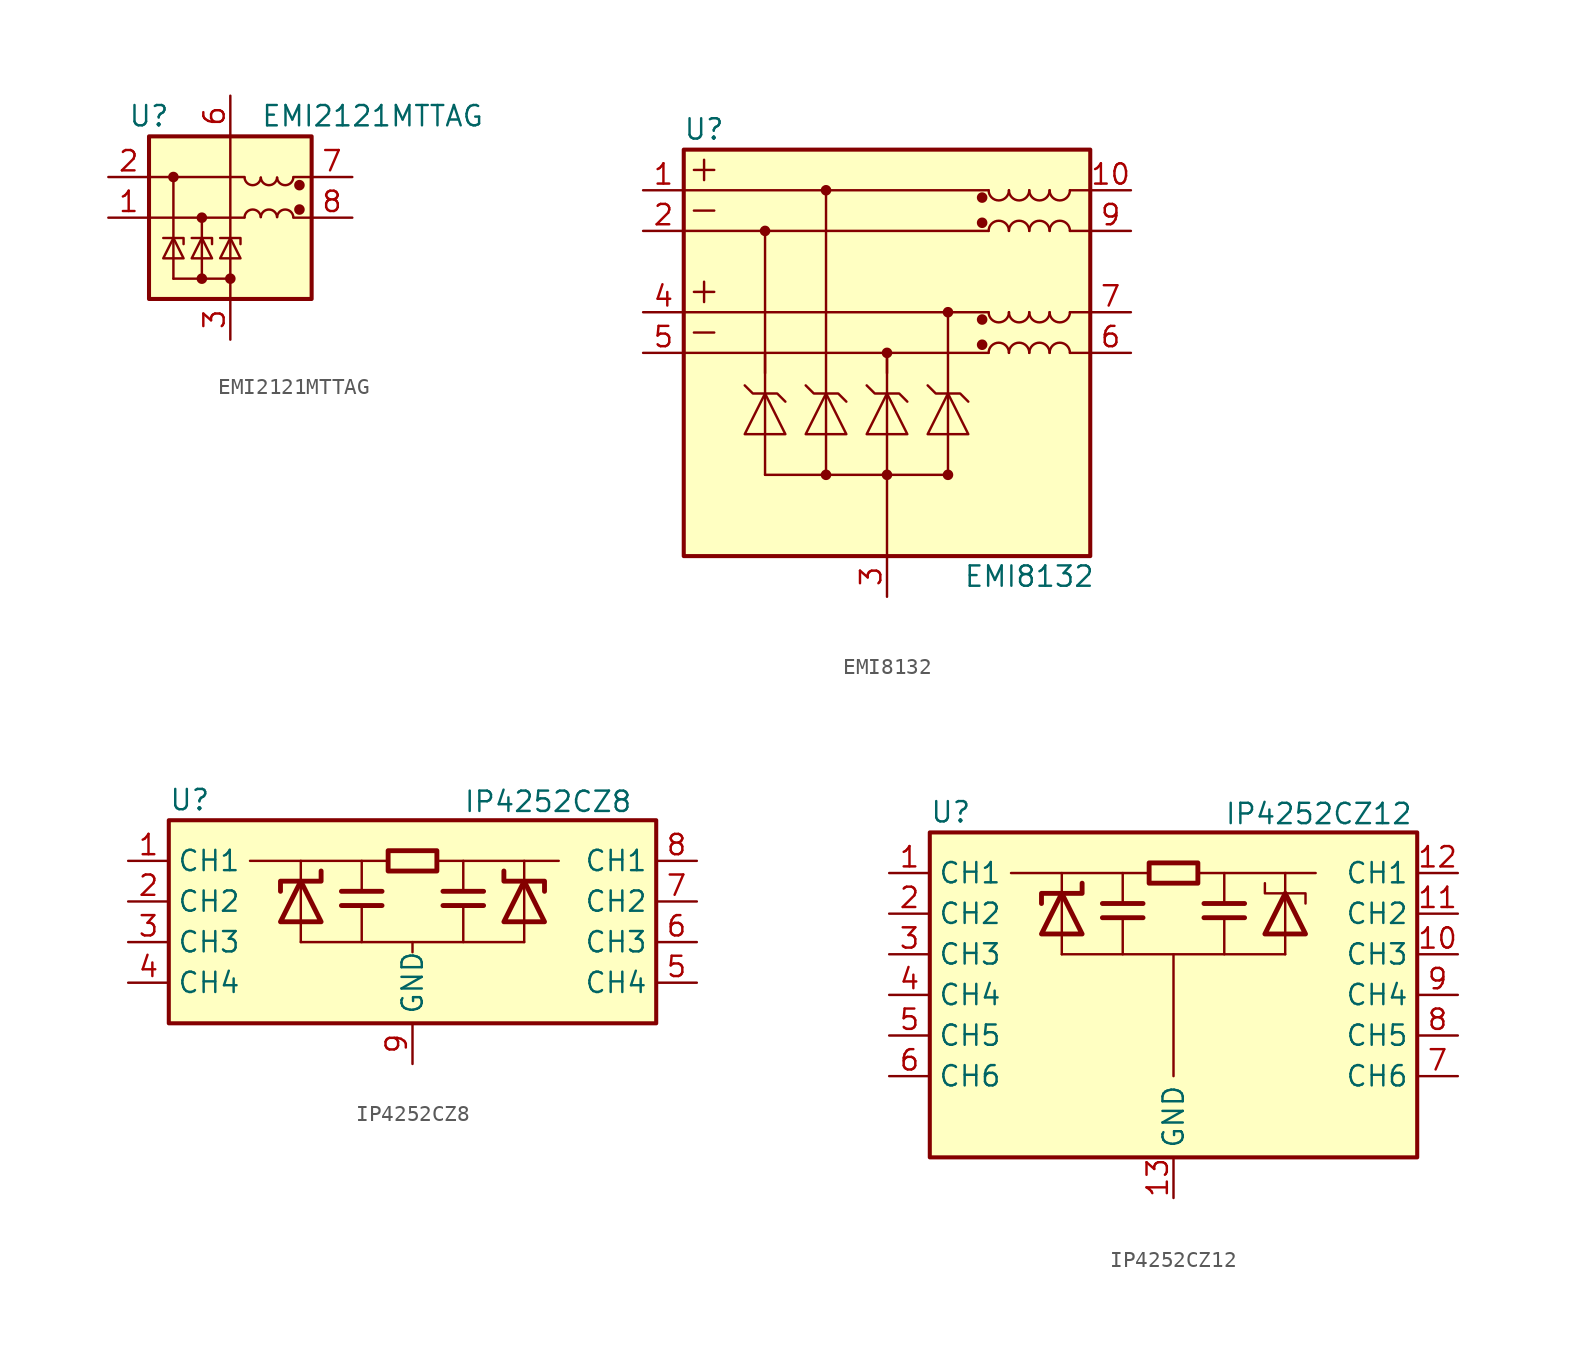
<source format=kicad_sym>
(kicad_symbol_lib
  (version 20241209)
  (generator "kicad_symbol_editor")
  (generator_version "9.0")
  (symbol "EMI2121MTTAG"
    (pin_names
      (offset 0.025)
      (hide yes))
    (property "Reference" "U"
      (at -5.08 6.35 0)
      (effects (font (size 1.27 1.27))))
    (property "Value" "EMI2121MTTAG"
      (at 8.89 6.35 0)
      (effects (font (size 1.27 1.27))))
    (symbol "EMI2121MTTAG_0_1"
      (rectangle (start -5.08 5.08) (end 5.08 -5.08) (stroke (width 0.254) (type default)) (fill (type background)))
      (polyline (pts (xy -5.08 2.54) (xy 0.889 2.54)) (stroke (width 0) (type default)) (fill (type none)))
      (polyline (pts (xy -5.08 0) (xy 0.889 0)) (stroke (width 0) (type default)) (fill (type none)))
      (polyline (pts (xy -3.556 2.54) (xy -3.556 -3.81)) (stroke (width 0) (type default)) (fill (type none)))
      (polyline (pts (xy -1.778 0) (xy -1.778 -3.81)) (stroke (width 0) (type default)) (fill (type none)))
      (polyline (pts (xy 0 5.08) (xy 0 -5.08)) (stroke (width 0) (type default)) (fill (type none)))
      (arc (start 1.905 2.5023) (mid 1.397 2.0306) (end 0.889 2.5023) (stroke (width 0) (type default)) (fill (type none)))
      (arc (start 0.889 0.0377) (mid 1.397 0.5094) (end 1.905 0.0377) (stroke (width 0) (type default)) (fill (type none)))
      (arc (start 2.921 2.5023) (mid 2.413 2.0306) (end 1.905 2.5023) (stroke (width 0) (type default)) (fill (type none)))
      (arc (start 1.905 0.0377) (mid 2.413 0.5094) (end 2.921 0.0377) (stroke (width 0) (type default)) (fill (type none)))
      (arc (start 3.937 2.5023) (mid 3.429 2.0306) (end 2.921 2.5023) (stroke (width 0) (type default)) (fill (type none)))
      (arc (start 2.921 0.0377) (mid 3.429 0.5094) (end 3.937 0.0377) (stroke (width 0) (type default)) (fill (type none)))
      (polyline (pts (xy 5.08 2.54) (xy 3.937 2.54)) (stroke (width 0) (type default)) (fill (type none)))
      (polyline (pts (xy 5.08 0) (xy 3.937 0)) (stroke (width 0) (type default)) (fill (type none))))
    (symbol "EMI2121MTTAG_1_1"
      (polyline (pts (xy -4.191 -2.54) (xy -2.921 -2.54) (xy -3.556 -1.27) (xy -4.191 -2.54)) (stroke (width 0) (type default)) (fill (type none)))
      (circle (center -3.556 2.54) (radius 0.254) (stroke (width 0) (type default)) (fill (type outline)))
      (polyline (pts (xy -2.921 -1.651) (xy -2.921 -1.27) (xy -4.191 -1.27)) (stroke (width 0) (type default)) (fill (type none)))
      (polyline (pts (xy -2.413 -2.54) (xy -1.143 -2.54) (xy -1.778 -1.27) (xy -2.413 -2.54)) (stroke (width 0) (type default)) (fill (type none)))
      (circle (center -1.778 0) (radius 0.254) (stroke (width 0) (type default)) (fill (type outline)))
      (circle (center -1.778 -3.81) (radius 0.254) (stroke (width 0) (type default)) (fill (type outline)))
      (polyline (pts (xy -1.143 -1.651) (xy -1.143 -1.27) (xy -2.413 -1.27)) (stroke (width 0) (type default)) (fill (type none)))
      (polyline (pts (xy -0.635 -2.54) (xy 0.635 -2.54) (xy 0 -1.27) (xy -0.635 -2.54)) (stroke (width 0) (type default)) (fill (type none)))
      (polyline (pts (xy 0 -3.81) (xy -3.556 -3.81)) (stroke (width 0) (type default)) (fill (type none)))
      (circle (center 0 -3.81) (radius 0.254) (stroke (width 0) (type default)) (fill (type outline)))
      (polyline (pts (xy 0.635 -1.651) (xy 0.635 -1.27) (xy -0.635 -1.27)) (stroke (width 0) (type default)) (fill (type none)))
      (circle (center 4.318 2.032) (radius 0.254) (stroke (width 0) (type default)) (fill (type outline)))
      (circle (center 4.318 0.508) (radius 0.254) (stroke (width 0) (type default)) (fill (type outline)))
      (pin passive line (at -7.62 2.54 0) (length 2.54) (name "In_1-" (effects (font (size 1.27 1.27)))) (number "2" (effects (font (size 1.27 1.27)))))
      (pin passive line (at -7.62 0 0) (length 2.54) (name "In_1+" (effects (font (size 1.27 1.27)))) (number "1" (effects (font (size 1.27 1.27)))))
      (pin power_in line (at 0 7.62 270) (length 2.54) (name "VDD" (effects (font (size 1.27 1.27)))) (number "6" (effects (font (size 1.27 1.27)))))
      (pin power_in line (at 0 -7.62 90) (length 2.54) (name "GND" (effects (font (size 1.27 1.27)))) (number "3" (effects (font (size 1.27 1.27)))))
      (pin passive line (at 0 -7.62 90) (length 2.54) (hide yes) (name "GND" (effects (font (size 1.27 1.27)))) (number "4" (effects (font (size 1.27 1.27)))))
      (pin passive line (at 0 -7.62 90) (length 2.54) (hide yes) (name "GND" (effects (font (size 1.27 1.27)))) (number "5" (effects (font (size 1.27 1.27)))))
      (pin passive line (at 0 -7.62 90) (length 2.54) (hide yes) (name "GND" (effects (font (size 1.27 1.27)))) (number "9" (effects (font (size 1.27 1.27)))))
      (pin passive line (at 7.62 2.54 180) (length 2.54) (name "Out_1-" (effects (font (size 1.27 1.27)))) (number "7" (effects (font (size 1.27 1.27)))))
      (pin passive line (at 7.62 0 180) (length 2.54) (name "Out_1+" (effects (font (size 1.27 1.27)))) (number "8" (effects (font (size 1.27 1.27)))))))
  (symbol "EMI8132"
    (pin_names
      (offset 0.025)
      (hide yes))
    (property "Reference" "U"
      (at -11.43 13.97 0)
      (effects (font (size 1.27 1.27))))
    (property "Value" "EMI8132"
      (at 8.89 -13.97 0)
      (effects (font (size 1.27 1.27))))
    (symbol "EMI8132_0_1"
      (rectangle (start -12.7 12.7) (end 12.7 -12.7) (stroke (width 0.254) (type default)) (fill (type background)))
      (polyline (pts (xy -12.7 10.16) (xy 6.35 10.16)) (stroke (width 0) (type default)) (fill (type none)))
      (polyline (pts (xy -12.7 7.62) (xy 6.35 7.62)) (stroke (width 0) (type default)) (fill (type none)))
      (polyline (pts (xy -12.7 2.54) (xy 6.35 2.54)) (stroke (width 0) (type default)) (fill (type none)))
      (polyline (pts (xy -12.7 0) (xy 6.35 0)) (stroke (width 0) (type default)) (fill (type none)))
      (polyline (pts (xy -12.065 11.43) (xy -10.795 11.43)) (stroke (width 0) (type default)) (fill (type none)))
      (polyline (pts (xy -12.065 8.89) (xy -10.795 8.89)) (stroke (width 0) (type default)) (fill (type none)))
      (polyline (pts (xy -12.065 3.81) (xy -10.795 3.81)) (stroke (width 0) (type default)) (fill (type none)))
      (polyline (pts (xy -12.065 1.27) (xy -10.795 1.27)) (stroke (width 0) (type default)) (fill (type none)))
      (polyline (pts (xy -11.43 12.065) (xy -11.43 10.795)) (stroke (width 0) (type default)) (fill (type none)))
      (polyline (pts (xy -11.43 4.445) (xy -11.43 3.175)) (stroke (width 0) (type default)) (fill (type none)))
      (polyline (pts (xy -7.62 -1.27) (xy -7.62 7.62)) (stroke (width 0) (type default)) (fill (type none)))
      (polyline (pts (xy -7.62 -7.62) (xy -3.81 -7.62)) (stroke (width 0) (type default)) (fill (type none)))
      (polyline (pts (xy -3.81 10.16) (xy -3.81 0) (xy -3.81 -2.54)) (stroke (width 0) (type default)) (fill (type none)))
      (polyline (pts (xy -3.81 -7.62) (xy 0 -7.62)) (stroke (width 0) (type default)) (fill (type none)))
      (polyline (pts (xy 0 -1.27) (xy 0 0)) (stroke (width 0) (type default)) (fill (type none)))
      (polyline (pts (xy 0 -7.62) (xy 0 -12.7)) (stroke (width 0) (type default)) (fill (type none)))
      (polyline (pts (xy 0 -7.62) (xy 3.81 -7.62)) (stroke (width 0) (type default)) (fill (type none)))
      (polyline (pts (xy 3.81 2.54) (xy 3.81 0) (xy 3.81 -2.54)) (stroke (width 0) (type default)) (fill (type none)))
      (arc (start 7.62 10.16) (mid 6.985 9.5277) (end 6.35 10.16) (stroke (width 0) (type default)) (fill (type none)))
      (arc (start 7.62 2.54) (mid 6.985 1.9077) (end 6.35 2.54) (stroke (width 0) (type default)) (fill (type none)))
      (arc (start 8.89 10.16) (mid 8.255 9.5277) (end 7.62 10.16) (stroke (width 0) (type default)) (fill (type none)))
      (arc (start 8.89 2.54) (mid 8.255 1.9077) (end 7.62 2.54) (stroke (width 0) (type default)) (fill (type none)))
      (arc (start 10.16 10.16) (mid 9.525 9.5277) (end 8.89 10.16) (stroke (width 0) (type default)) (fill (type none)))
      (arc (start 10.16 2.54) (mid 9.525 1.9077) (end 8.89 2.54) (stroke (width 0) (type default)) (fill (type none)))
      (arc (start 11.43 10.16) (mid 10.795 9.5277) (end 10.16 10.16) (stroke (width 0) (type default)) (fill (type none)))
      (arc (start 11.43 2.54) (mid 10.795 1.9077) (end 10.16 2.54) (stroke (width 0) (type default)) (fill (type none)))
      (polyline (pts (xy 11.43 10.16) (xy 12.7 10.16)) (stroke (width 0) (type default)) (fill (type none)))
      (polyline (pts (xy 11.43 7.62) (xy 12.7 7.62)) (stroke (width 0) (type default)) (fill (type none)))
      (polyline (pts (xy 11.43 2.54) (xy 12.7 2.54)) (stroke (width 0) (type default)) (fill (type none)))
      (polyline (pts (xy 11.43 0) (xy 12.7 0)) (stroke (width 0) (type default)) (fill (type none))))
    (symbol "EMI8132_1_1"
      (polyline (pts (xy -8.89 -5.08) (xy -6.35 -5.08) (xy -7.62 -2.54) (xy -8.89 -5.08)) (stroke (width 0) (type default)) (fill (type none)))
      (circle (center -7.62 7.62) (radius 0.254) (stroke (width 0) (type default)) (fill (type outline)))
      (polyline (pts (xy -7.62 -2.54) (xy -7.62 0)) (stroke (width 0) (type default)) (fill (type none)))
      (polyline (pts (xy -7.62 -7.62) (xy -7.62 -2.54)) (stroke (width 0) (type default)) (fill (type none)))
      (polyline (pts (xy -6.35 -3.048) (xy -6.858 -2.54) (xy -8.382 -2.54) (xy -8.89 -2.032)) (stroke (width 0) (type default)) (fill (type none)))
      (polyline (pts (xy -5.08 -5.08) (xy -2.54 -5.08) (xy -3.81 -2.54) (xy -5.08 -5.08)) (stroke (width 0) (type default)) (fill (type none)))
      (circle (center -3.81 10.16) (radius 0.254) (stroke (width 0) (type default)) (fill (type outline)))
      (circle (center -3.81 -7.62) (radius 0.254) (stroke (width 0) (type default)) (fill (type outline)))
      (polyline (pts (xy -3.81 -7.62) (xy -3.81 -2.54)) (stroke (width 0) (type default)) (fill (type none)))
      (polyline (pts (xy -2.54 -3.048) (xy -3.048 -2.54) (xy -4.572 -2.54) (xy -5.08 -2.032)) (stroke (width 0) (type default)) (fill (type none)))
      (polyline (pts (xy -1.27 -5.08) (xy 1.27 -5.08) (xy 0 -2.54) (xy -1.27 -5.08)) (stroke (width 0) (type default)) (fill (type none)))
      (circle (center 0 0) (radius 0.254) (stroke (width 0) (type default)) (fill (type outline)))
      (polyline (pts (xy 0 -2.54) (xy 0 0)) (stroke (width 0) (type default)) (fill (type none)))
      (polyline (pts (xy 0 -7.62) (xy 0 -2.54)) (stroke (width 0) (type default)) (fill (type none)))
      (circle (center 0 -7.62) (radius 0.254) (stroke (width 0) (type default)) (fill (type outline)))
      (polyline (pts (xy 1.27 -3.048) (xy 0.762 -2.54) (xy -0.762 -2.54) (xy -1.27 -2.032)) (stroke (width 0) (type default)) (fill (type none)))
      (polyline (pts (xy 2.54 -5.08) (xy 5.08 -5.08) (xy 3.81 -2.54) (xy 2.54 -5.08)) (stroke (width 0) (type default)) (fill (type none)))
      (circle (center 3.81 2.54) (radius 0.254) (stroke (width 0) (type default)) (fill (type outline)))
      (polyline (pts (xy 3.81 -7.62) (xy 3.81 -2.54)) (stroke (width 0) (type default)) (fill (type none)))
      (circle (center 3.81 -7.62) (radius 0.254) (stroke (width 0) (type default)) (fill (type outline)))
      (polyline (pts (xy 5.08 -3.048) (xy 4.572 -2.54) (xy 3.048 -2.54) (xy 2.54 -2.032)) (stroke (width 0) (type default)) (fill (type none)))
      (circle (center 5.944 9.703) (radius 0.254) (stroke (width 0) (type default)) (fill (type outline)))
      (circle (center 5.944 8.128) (radius 0.254) (stroke (width 0) (type default)) (fill (type outline)))
      (circle (center 5.944 2.083) (radius 0.254) (stroke (width 0) (type default)) (fill (type outline)))
      (circle (center 5.944 0.508) (radius 0.254) (stroke (width 0) (type default)) (fill (type outline)))
      (arc (start 6.35 7.62) (mid 6.985 8.2523) (end 7.62 7.62) (stroke (width 0) (type default)) (fill (type none)))
      (arc (start 6.35 0) (mid 6.985 0.6323) (end 7.62 0) (stroke (width 0) (type default)) (fill (type none)))
      (arc (start 7.62 7.62) (mid 8.255 8.2523) (end 8.89 7.62) (stroke (width 0) (type default)) (fill (type none)))
      (arc (start 7.62 0) (mid 8.255 0.6323) (end 8.89 0) (stroke (width 0) (type default)) (fill (type none)))
      (arc (start 8.89 7.62) (mid 9.525 8.2523) (end 10.16 7.62) (stroke (width 0) (type default)) (fill (type none)))
      (arc (start 8.89 0) (mid 9.525 0.6323) (end 10.16 0) (stroke (width 0) (type default)) (fill (type none)))
      (arc (start 10.16 7.62) (mid 10.795 8.2523) (end 11.43 7.62) (stroke (width 0) (type default)) (fill (type none)))
      (arc (start 10.16 0) (mid 10.795 0.6323) (end 11.43 0) (stroke (width 0) (type default)) (fill (type none)))
      (pin passive line (at -15.24 10.16 0) (length 2.54) (name "In_1+" (effects (font (size 1.27 1.27)))) (number "1" (effects (font (size 1.27 1.27)))))
      (pin passive line (at -15.24 7.62 0) (length 2.54) (name "In_1-" (effects (font (size 1.27 1.27)))) (number "2" (effects (font (size 1.27 1.27)))))
      (pin passive line (at -15.24 2.54 0) (length 2.54) (name "In_1+" (effects (font (size 1.27 1.27)))) (number "4" (effects (font (size 1.27 1.27)))))
      (pin passive line (at -15.24 0 0) (length 2.54) (name "In_1-" (effects (font (size 1.27 1.27)))) (number "5" (effects (font (size 1.27 1.27)))))
      (pin power_in line (at 0 -15.24 90) (length 2.54) (name "GND" (effects (font (size 1.27 1.27)))) (number "3" (effects (font (size 1.27 1.27)))))
      (pin passive line (at 0 -15.24 90) (length 2.54) (hide yes) (name "GND" (effects (font (size 1.27 1.27)))) (number "8" (effects (font (size 1.27 1.27)))))
      (pin passive line (at 15.24 10.16 180) (length 2.54) (name "Out_1+" (effects (font (size 1.27 1.27)))) (number "10" (effects (font (size 1.27 1.27)))))
      (pin passive line (at 15.24 7.62 180) (length 2.54) (name "Out_1+" (effects (font (size 1.27 1.27)))) (number "9" (effects (font (size 1.27 1.27)))))
      (pin passive line (at 15.24 2.54 180) (length 2.54) (name "Out_1+" (effects (font (size 1.27 1.27)))) (number "7" (effects (font (size 1.27 1.27)))))
      (pin passive line (at 15.24 0 180) (length 2.54) (name "Out_1+" (effects (font (size 1.27 1.27)))) (number "6" (effects (font (size 1.27 1.27)))))))
  (symbol "IP4252CZ8"
    (property "Reference" "U"
      (at -15.24 6.35 0)
      (effects (font (size 1.27 1.27)) (justify left)))
    (property "Value" "IP4252CZ8"
      (at 3.175 6.985 0)
      (effects (font (size 1.27 1.27)) (justify left top)))
    (symbol "IP4252CZ8_0_1"
      (rectangle (start -15.24 5.08) (end 15.24 -7.62) (stroke (width 0.254) (type default)) (fill (type background)))
      (polyline (pts (xy -6.985 1.27) (xy -6.985 2.54)) (stroke (width 0) (type default)) (fill (type none)))
      (polyline (pts (xy -6.985 -1.27) (xy -6.985 1.27) (xy -6.985 -2.54)) (stroke (width 0) (type default)) (fill (type none)))
      (polyline (pts (xy -6.985 -2.54) (xy 6.985 -2.54)) (stroke (width 0) (type default)) (fill (type none)))
      (polyline (pts (xy -3.175 2.54) (xy -3.175 0.635)) (stroke (width 0) (type default)) (fill (type none)))
      (polyline (pts (xy -3.175 -0.254) (xy -3.175 -2.54)) (stroke (width 0) (type default)) (fill (type none)))
      (polyline (pts (xy -1.524 2.54) (xy -10.16 2.54)) (stroke (width 0) (type default)) (fill (type none)))
      (polyline (pts (xy 0 -2.54) (xy 0 -3.175)) (stroke (width 0) (type default)) (fill (type none)))
      (polyline (pts (xy 1.524 2.54) (xy 9.144 2.54)) (stroke (width 0) (type default)) (fill (type none)))
      (polyline (pts (xy 3.175 2.54) (xy 3.175 0.635)) (stroke (width 0) (type default)) (fill (type none)))
      (polyline (pts (xy 3.175 -0.254) (xy 3.175 -2.54)) (stroke (width 0) (type default)) (fill (type none)))
      (polyline (pts (xy 6.985 1.27) (xy 6.985 2.54)) (stroke (width 0) (type default)) (fill (type none)))
      (polyline (pts (xy 6.985 -1.27) (xy 6.985 1.27) (xy 6.985 -2.54)) (stroke (width 0) (type default)) (fill (type none))))
    (symbol "IP4252CZ8_1_1"
      (polyline (pts (xy -6.985 1.27) (xy -5.715 -1.27) (xy -8.255 -1.27) (xy -6.985 1.27)) (stroke (width 0.305) (type default)) (fill (type none)))
      (polyline (pts (xy -5.715 1.905) (xy -5.715 1.27) (xy -8.255 1.27) (xy -8.255 0.635)) (stroke (width 0.305) (type default)) (fill (type none)))
      (polyline (pts (xy -4.445 0.635) (xy -1.905 0.635)) (stroke (width 0.305) (type default)) (fill (type none)))
      (polyline (pts (xy -1.905 -0.254) (xy -4.445 -0.254)) (stroke (width 0.305) (type default)) (fill (type none)))
      (polyline (pts (xy -1.524 2.54) (xy -1.524 1.905) (xy 1.524 1.905) (xy 1.524 3.175) (xy -1.524 3.175) (xy -1.524 2.54)) (stroke (width 0.305) (type default)) (fill (type none)))
      (polyline (pts (xy 1.905 0.635) (xy 4.445 0.635)) (stroke (width 0.305) (type default)) (fill (type none)))
      (polyline (pts (xy 4.445 -0.254) (xy 1.905 -0.254)) (stroke (width 0.305) (type default)) (fill (type none)))
      (polyline (pts (xy 5.715 1.905) (xy 5.715 1.27) (xy 8.255 1.27) (xy 8.255 0.635)) (stroke (width 0.305) (type default)) (fill (type none)))
      (polyline (pts (xy 6.985 1.27) (xy 5.715 -1.27) (xy 8.255 -1.27) (xy 6.985 1.27)) (stroke (width 0.305) (type default)) (fill (type none)))
      (pin passive line (at -17.78 2.54 0) (length 2.54) (name "CH1" (effects (font (size 1.27 1.27)))) (number "1" (effects (font (size 1.27 1.27)))))
      (pin passive line (at -17.78 0 0) (length 2.54) (name "CH2" (effects (font (size 1.27 1.27)))) (number "2" (effects (font (size 1.27 1.27)))))
      (pin passive line (at -17.78 -2.54 0) (length 2.54) (name "CH3" (effects (font (size 1.27 1.27)))) (number "3" (effects (font (size 1.27 1.27)))))
      (pin passive line (at -17.78 -5.08 0) (length 2.54) (name "CH4" (effects (font (size 1.27 1.27)))) (number "4" (effects (font (size 1.27 1.27)))))
      (pin power_in line (at 0 -10.16 90) (length 2.54) (name "GND" (effects (font (size 1.27 1.27)))) (number "9" (effects (font (size 1.27 1.27)))))
      (pin passive line (at 17.78 2.54 180) (length 2.54) (name "CH1" (effects (font (size 1.27 1.27)))) (number "8" (effects (font (size 1.27 1.27)))))
      (pin passive line (at 17.78 0 180) (length 2.54) (name "CH2" (effects (font (size 1.27 1.27)))) (number "7" (effects (font (size 1.27 1.27)))))
      (pin passive line (at 17.78 -2.54 180) (length 2.54) (name "CH3" (effects (font (size 1.27 1.27)))) (number "6" (effects (font (size 1.27 1.27)))))
      (pin passive line (at 17.78 -5.08 180) (length 2.54) (name "CH4" (effects (font (size 1.27 1.27)))) (number "5" (effects (font (size 1.27 1.27)))))))
  (symbol "IP4252CZ12"
    (property "Reference" "U"
      (at -15.24 11.43 0)
      (effects (font (size 1.27 1.27)) (justify left)))
    (property "Value" "IP4252CZ12"
      (at 3.175 12.065 0)
      (effects (font (size 1.27 1.27)) (justify left top)))
    (symbol "IP4252CZ12_0_1"
      (rectangle (start -15.24 10.16) (end 15.24 -10.16) (stroke (width 0.254) (type default)) (fill (type background)))
      (polyline (pts (xy -6.985 6.35) (xy -6.985 7.62)) (stroke (width 0) (type default)) (fill (type none)))
      (polyline (pts (xy -6.985 3.81) (xy -6.985 6.35) (xy -6.985 2.54)) (stroke (width 0) (type default)) (fill (type none)))
      (polyline (pts (xy -6.985 2.54) (xy 6.985 2.54)) (stroke (width 0) (type default)) (fill (type none)))
      (polyline (pts (xy -3.175 7.62) (xy -3.175 5.715)) (stroke (width 0) (type default)) (fill (type none)))
      (polyline (pts (xy -3.175 4.826) (xy -3.175 2.54)) (stroke (width 0) (type default)) (fill (type none)))
      (polyline (pts (xy -1.524 7.62) (xy -10.16 7.62)) (stroke (width 0) (type default)) (fill (type none)))
      (polyline (pts (xy 0 2.54) (xy 0 -5.08)) (stroke (width 0) (type default)) (fill (type none)))
      (polyline (pts (xy 1.524 7.62) (xy 8.89 7.62)) (stroke (width 0) (type default)) (fill (type none)))
      (polyline (pts (xy 3.175 7.62) (xy 3.175 5.715)) (stroke (width 0) (type default)) (fill (type none)))
      (polyline (pts (xy 3.175 4.826) (xy 3.175 2.54)) (stroke (width 0) (type default)) (fill (type none)))
      (polyline (pts (xy 5.715 6.985) (xy 5.715 6.35) (xy 8.255 6.35) (xy 8.255 5.715)) (stroke (width 0) (type default)) (fill (type none)))
      (polyline (pts (xy 6.985 6.35) (xy 6.985 7.62)) (stroke (width 0) (type default)) (fill (type none)))
      (polyline (pts (xy 6.985 3.81) (xy 6.985 6.35) (xy 6.985 2.54)) (stroke (width 0) (type default)) (fill (type none))))
    (symbol "IP4252CZ12_1_1"
      (polyline (pts (xy -6.985 6.35) (xy -5.715 3.81) (xy -8.255 3.81) (xy -6.985 6.35)) (stroke (width 0.305) (type default)) (fill (type none)))
      (polyline (pts (xy -5.715 6.985) (xy -5.715 6.35) (xy -8.255 6.35) (xy -8.255 5.715)) (stroke (width 0.305) (type default)) (fill (type none)))
      (polyline (pts (xy -4.445 5.715) (xy -1.905 5.715)) (stroke (width 0.305) (type default)) (fill (type none)))
      (polyline (pts (xy -1.905 4.826) (xy -4.445 4.826)) (stroke (width 0.305) (type default)) (fill (type none)))
      (polyline (pts (xy -1.524 7.62) (xy -1.524 6.985) (xy 1.524 6.985) (xy 1.524 8.255) (xy -1.524 8.255) (xy -1.524 7.62)) (stroke (width 0.305) (type default)) (fill (type none)))
      (polyline (pts (xy 1.905 5.715) (xy 4.445 5.715)) (stroke (width 0.305) (type default)) (fill (type none)))
      (polyline (pts (xy 4.445 4.826) (xy 1.905 4.826)) (stroke (width 0.305) (type default)) (fill (type none)))
      (polyline (pts (xy 6.985 6.35) (xy 5.715 3.81) (xy 8.255 3.81) (xy 6.985 6.35)) (stroke (width 0.305) (type default)) (fill (type none)))
      (pin passive line (at -17.78 7.62 0) (length 2.54) (name "CH1" (effects (font (size 1.27 1.27)))) (number "1" (effects (font (size 1.27 1.27)))))
      (pin passive line (at -17.78 5.08 0) (length 2.54) (name "CH2" (effects (font (size 1.27 1.27)))) (number "2" (effects (font (size 1.27 1.27)))))
      (pin passive line (at -17.78 2.54 0) (length 2.54) (name "CH3" (effects (font (size 1.27 1.27)))) (number "3" (effects (font (size 1.27 1.27)))))
      (pin passive line (at -17.78 0 0) (length 2.54) (name "CH4" (effects (font (size 1.27 1.27)))) (number "4" (effects (font (size 1.27 1.27)))))
      (pin passive line (at -17.78 -2.54 0) (length 2.54) (name "CH5" (effects (font (size 1.27 1.27)))) (number "5" (effects (font (size 1.27 1.27)))))
      (pin passive line (at -17.78 -5.08 0) (length 2.54) (name "CH6" (effects (font (size 1.27 1.27)))) (number "6" (effects (font (size 1.27 1.27)))))
      (pin power_in line (at 0 -12.7 90) (length 2.54) (name "GND" (effects (font (size 1.27 1.27)))) (number "13" (effects (font (size 1.27 1.27)))))
      (pin passive line (at 17.78 7.62 180) (length 2.54) (name "CH1" (effects (font (size 1.27 1.27)))) (number "12" (effects (font (size 1.27 1.27)))))
      (pin passive line (at 17.78 5.08 180) (length 2.54) (name "CH2" (effects (font (size 1.27 1.27)))) (number "11" (effects (font (size 1.27 1.27)))))
      (pin passive line (at 17.78 2.54 180) (length 2.54) (name "CH3" (effects (font (size 1.27 1.27)))) (number "10" (effects (font (size 1.27 1.27)))))
      (pin passive line (at 17.78 0 180) (length 2.54) (name "CH4" (effects (font (size 1.27 1.27)))) (number "9" (effects (font (size 1.27 1.27)))))
      (pin passive line (at 17.78 -2.54 180) (length 2.54) (name "CH5" (effects (font (size 1.27 1.27)))) (number "8" (effects (font (size 1.27 1.27)))))
      (pin passive line (at 17.78 -5.08 180) (length 2.54) (name "CH6" (effects (font (size 1.27 1.27)))) (number "7" (effects (font (size 1.27 1.27))))))))
</source>
